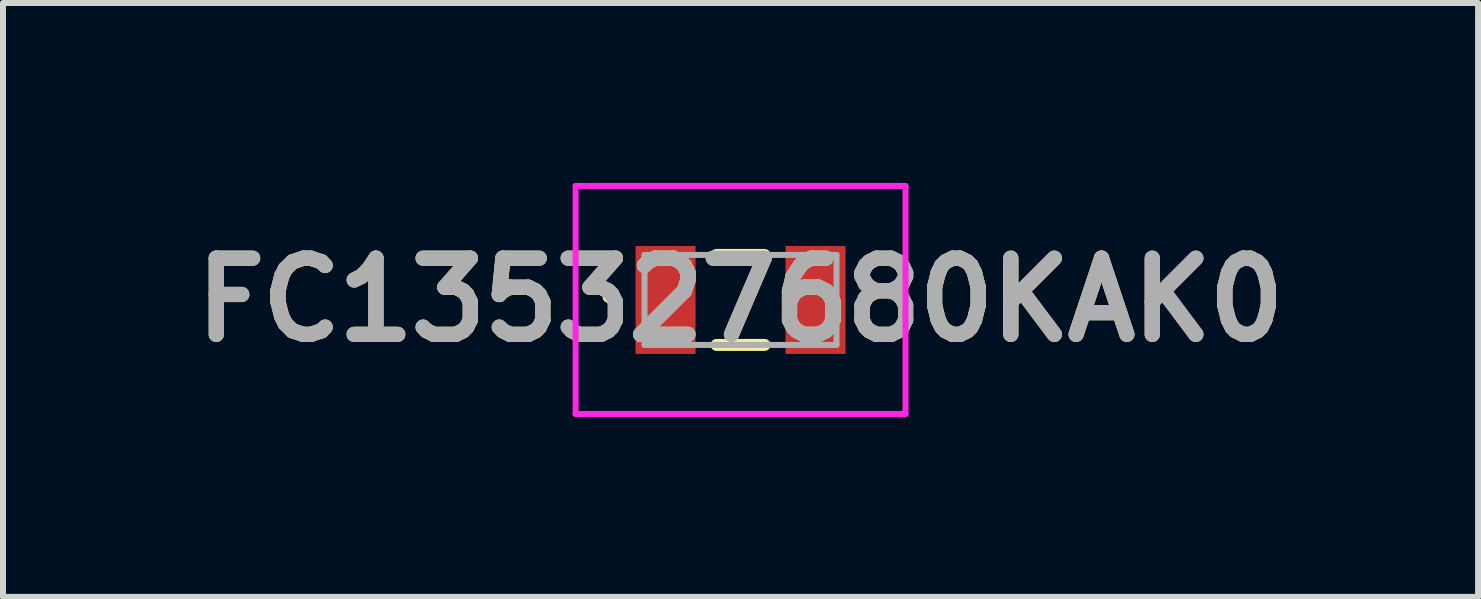
<source format=kicad_pcb>
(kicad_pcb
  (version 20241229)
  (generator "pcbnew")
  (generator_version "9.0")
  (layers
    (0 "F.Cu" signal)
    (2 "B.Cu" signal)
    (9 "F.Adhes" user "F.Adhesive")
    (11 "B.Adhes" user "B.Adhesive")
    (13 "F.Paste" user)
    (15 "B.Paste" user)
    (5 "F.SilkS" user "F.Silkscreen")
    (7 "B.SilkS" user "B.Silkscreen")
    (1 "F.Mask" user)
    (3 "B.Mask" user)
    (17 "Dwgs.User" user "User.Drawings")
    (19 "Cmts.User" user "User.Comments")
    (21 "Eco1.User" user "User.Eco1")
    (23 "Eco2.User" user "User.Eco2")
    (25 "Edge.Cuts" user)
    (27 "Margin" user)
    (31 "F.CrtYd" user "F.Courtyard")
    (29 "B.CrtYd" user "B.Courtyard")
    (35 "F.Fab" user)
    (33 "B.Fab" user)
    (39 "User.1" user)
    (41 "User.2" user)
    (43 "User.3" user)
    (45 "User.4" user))
  (footprint "FC135327680KAK0"
    (layer "F.Cu")
    (at 9.295 1.95)
    (property "Reference" "FC135327680KAK0" (at 0 0 0) (layer "F.SilkS") (effects (font (size 1.27 1.27) (thickness 0.254))))
    (attr smd)
    (fp_line (start -2.2 -0.1) (end -2.2 -0.1) (stroke (width 0.1) (type solid)) (layer "F.SilkS"))
    (fp_line (start -2.2 0) (end -2.2 0) (stroke (width 0.1) (type solid)) (layer "F.SilkS"))
    (fp_line (start -0.4 -0.75) (end 0.4 -0.75) (stroke (width 0.2) (type solid)) (layer "F.SilkS"))
    (fp_line (start -0.4 0.75) (end 0.4 0.75) (stroke (width 0.2) (type solid)) (layer "F.SilkS"))
    (fp_arc (start -2.2 -0.1) (mid -2.15 -0.05) (end -2.2 0) (stroke (width 0.1) (type solid)) (layer "F.SilkS"))
    (fp_arc (start -2.2 0) (mid -2.25 -0.05) (end -2.2 -0.1) (stroke (width 0.1) (type solid)) (layer "F.SilkS"))
    (fp_line (start -2.75 -1.9) (end 2.75 -1.9) (stroke (width 0.1) (type solid)) (layer "F.CrtYd"))
    (fp_line (start -2.75 1.9) (end -2.75 -1.9) (stroke (width 0.1) (type solid)) (layer "F.CrtYd"))
    (fp_line (start 2.75 -1.9) (end 2.75 1.9) (stroke (width 0.1) (type solid)) (layer "F.CrtYd"))
    (fp_line (start 2.75 1.9) (end -2.75 1.9) (stroke (width 0.1) (type solid)) (layer "F.CrtYd"))
    (fp_line (start -1.6 -0.75) (end 1.6 -0.75) (stroke (width 0.1) (type solid)) (layer "F.Fab"))
    (fp_line (start -1.6 0.75) (end -1.6 -0.75) (stroke (width 0.1) (type solid)) (layer "F.Fab"))
    (fp_line (start 1.6 -0.75) (end 1.6 0.75) (stroke (width 0.1) (type solid)) (layer "F.Fab"))
    (fp_line (start 1.6 0.75) (end -1.6 0.75) (stroke (width 0.1) (type solid)) (layer "F.Fab"))
    (fp_text user "${REFERENCE}" (at 0 0 0) (layer "F.Fab") (effects (font (size 1.27 1.27) (thickness 0.254))))
    (pad "1" smd rect (at -1.25 0) (size 1 1.8) (layers "F.Cu" "F.Mask" "F.Paste"))
    (pad "2" smd rect (at 1.25 0) (size 1 1.8) (layers "F.Cu" "F.Mask" "F.Paste")))
  (gr_rect
    (start -3 -3)
    (end 21.59 6.9)
    (stroke (width 0.1) (type default))
    (fill no)
    (layer "Edge.Cuts")))
</source>
